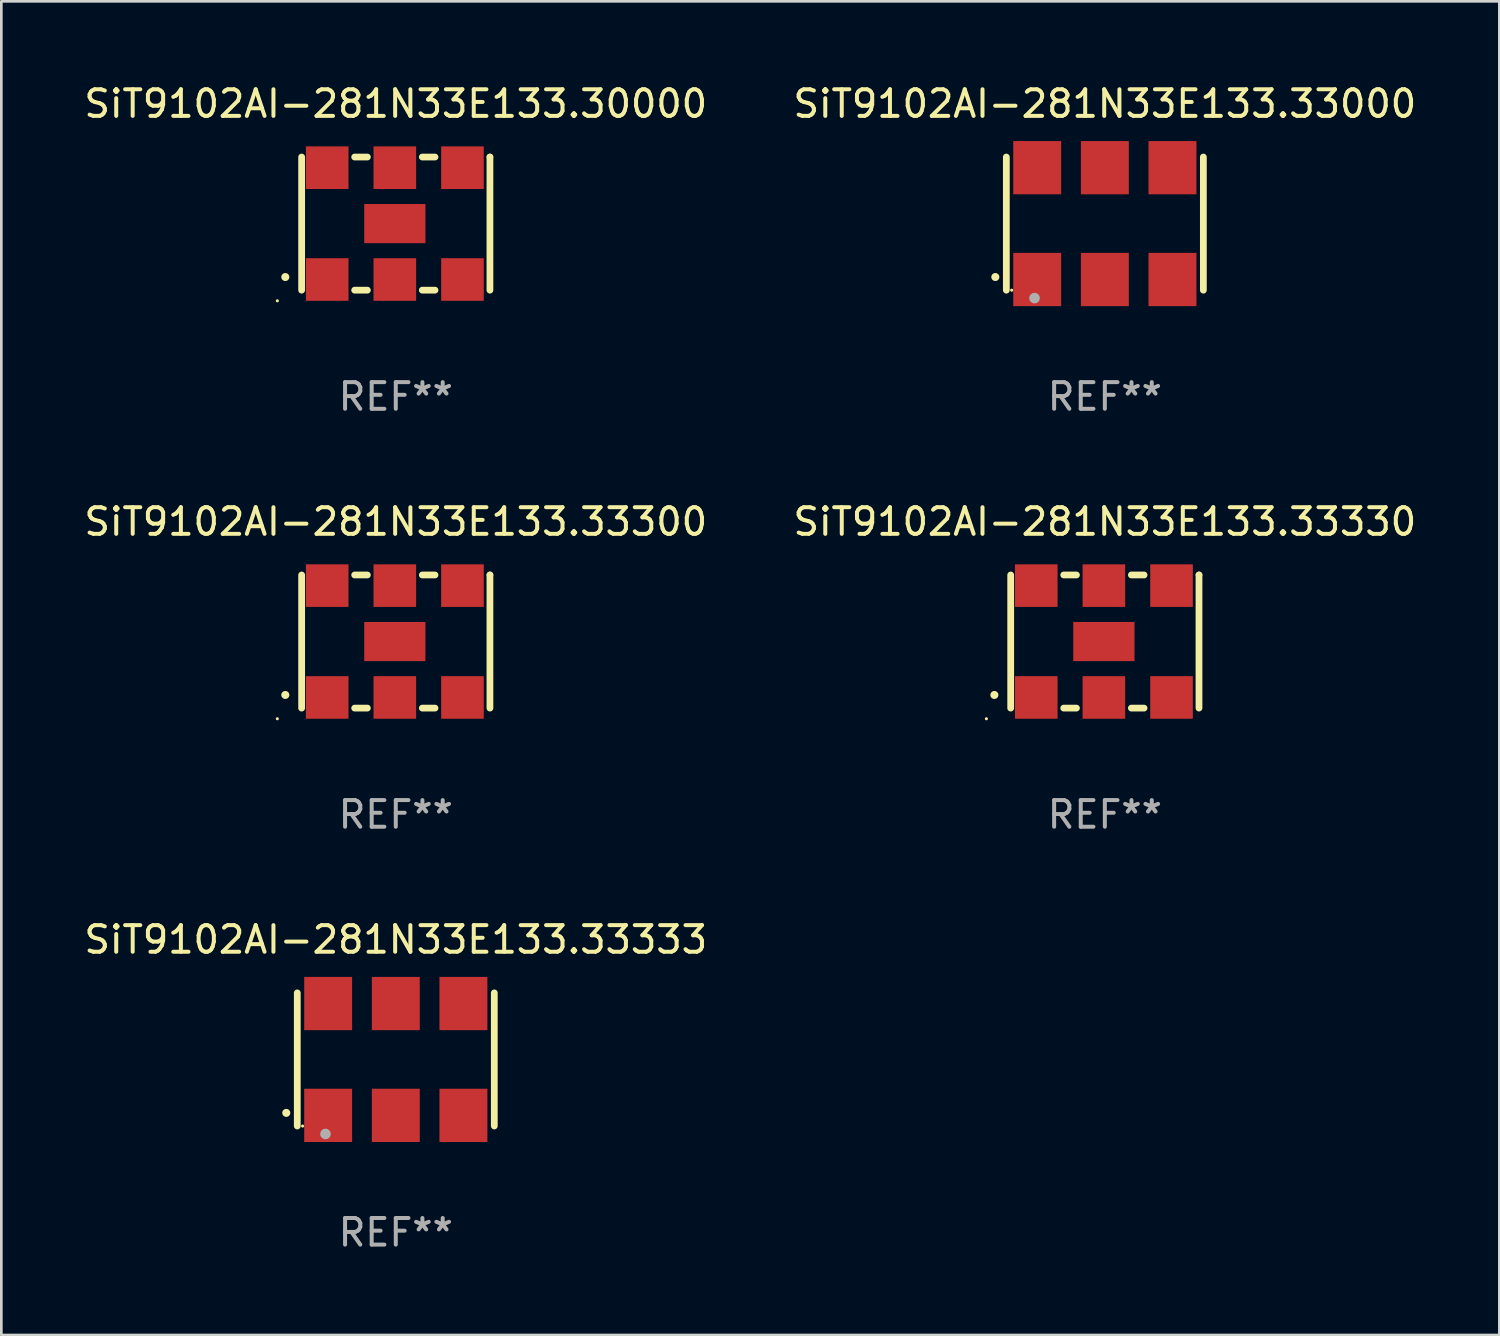
<source format=kicad_pcb>
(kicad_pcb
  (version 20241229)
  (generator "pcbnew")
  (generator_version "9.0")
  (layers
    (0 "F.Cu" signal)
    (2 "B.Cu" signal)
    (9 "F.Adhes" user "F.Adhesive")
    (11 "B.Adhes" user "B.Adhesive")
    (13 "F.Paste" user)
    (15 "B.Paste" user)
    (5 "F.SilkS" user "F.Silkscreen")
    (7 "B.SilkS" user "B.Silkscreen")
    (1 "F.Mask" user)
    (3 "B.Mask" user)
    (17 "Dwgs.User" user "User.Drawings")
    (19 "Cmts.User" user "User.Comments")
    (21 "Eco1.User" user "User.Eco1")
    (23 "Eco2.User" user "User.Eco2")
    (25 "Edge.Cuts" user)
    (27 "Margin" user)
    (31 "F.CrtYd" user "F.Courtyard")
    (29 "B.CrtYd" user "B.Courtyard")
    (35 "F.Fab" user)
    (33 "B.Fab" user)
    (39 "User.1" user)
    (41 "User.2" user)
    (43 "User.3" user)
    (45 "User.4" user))
  (footprint "SiT9102AI-281N33E133.33000"
    (layer "F.Cu")
    (at 38.446 5.348)
    (property "Reference" "SiT9102AI-281N33E133.33000" (at 0 -4.5 0) (layer "F.SilkS") (effects (font (size 1 1) (thickness 0.15))))
    (attr through_hole)
    (fp_line (start -3.7 -2.5) (end -3.7 2.5) (stroke (width 0.254) (type solid)) (layer "F.SilkS"))
    (fp_line (start 3.7 -2.5) (end 3.7 2.5) (stroke (width 0.254) (type solid)) (layer "F.SilkS"))
    (fp_arc (start -4.114415 2.006604) (mid -4.113145 2.006599) (end -4.111875 2.006604) (stroke (width 0.3) (type solid)) (layer "F.SilkS"))
    (fp_circle (center -3.5 2.501) (end -3.47 2.501) (stroke (width 0.06) (type solid)) (fill no) (layer "F.SilkS"))
    (fp_circle (center -2.641 2.799) (end -2.541 2.799) (stroke (width 0.2) (type solid)) (fill no) (layer "F.Fab"))
    (fp_text user "REF**" (at 0 6.5 0) (layer "F.Fab") (effects (font (size 1 1) (thickness 0.15))))
    (pad "1" smd rect (at -2.54 2.1) (size 1.8 2) (layers "F.Cu" "F.Mask" "F.Paste"))
    (pad "2" smd rect (at 0.000394 2.1) (size 1.8 2) (layers "F.Cu" "F.Mask" "F.Paste"))
    (pad "3" smd rect (at 2.54 2.1) (size 1.8 2) (layers "F.Cu" "F.Mask" "F.Paste"))
    (pad "4" smd rect (at 2.54 -2.1) (size 1.8 2) (layers "F.Cu" "F.Mask" "F.Paste"))
    (pad "5" smd rect (at 0.000394 -2.1) (size 1.8 2) (layers "F.Cu" "F.Mask" "F.Paste"))
    (pad "6" smd rect (at -2.54 -2.1) (size 1.8 2) (layers "F.Cu" "F.Mask" "F.Paste")))
  (footprint "SiT9102AI-281N33E133.33330"
    (layer "F.Cu")
    (at 38.446 21.045)
    (property "Reference" "SiT9102AI-281N33E133.33330" (at 0 -4.5 0) (layer "F.SilkS") (effects (font (size 1 1) (thickness 0.15))))
    (attr through_hole)
    (fp_line (start -3.536 -2.5) (end -3.536 2.5) (stroke (width 0.254) (type solid)) (layer "F.SilkS"))
    (fp_line (start -1.544 2.5) (end -1.067 2.5) (stroke (width 0.254) (type solid)) (layer "F.SilkS"))
    (fp_line (start -1.067 -2.5) (end -1.544 -2.5) (stroke (width 0.254) (type solid)) (layer "F.SilkS"))
    (fp_line (start 0.996 2.5) (end 1.473 2.5) (stroke (width 0.254) (type solid)) (layer "F.SilkS"))
    (fp_line (start 1.473 -2.5) (end 0.996 -2.5) (stroke (width 0.254) (type solid)) (layer "F.SilkS"))
    (fp_line (start 3.536 -2.5) (end 3.536 -2.5) (stroke (width 0.254) (type solid)) (layer "F.SilkS"))
    (fp_line (start 3.536 2.5) (end 3.536 -2.5) (stroke (width 0.254) (type solid)) (layer "F.SilkS"))
    (fp_arc (start -4.150432 2.006604) (mid -4.149162 2.006599) (end -4.147892 2.006604) (stroke (width 0.3) (type solid)) (layer "F.SilkS"))
    (fp_circle (center -4.449 2.9) (end -4.419 2.9) (stroke (width 0.06) (type solid)) (fill no) (layer "F.SilkS"))
    (fp_text user "REF**" (at 0 6.5 0) (layer "F.Fab") (effects (font (size 1 1) (thickness 0.15))))
    (pad "1" smd rect (at -2.576 2.1) (size 1.6 1.6) (layers "F.Cu" "F.Mask" "F.Paste"))
    (pad "2" smd rect (at -0.036 2.1) (size 1.6 1.6) (layers "F.Cu" "F.Mask" "F.Paste"))
    (pad "3" smd rect (at 2.504 2.1) (size 1.6 1.6) (layers "F.Cu" "F.Mask" "F.Paste"))
    (pad "4" smd rect (at 2.504 -2.1) (size 1.6 1.6) (layers "F.Cu" "F.Mask" "F.Paste"))
    (pad "5" smd rect (at -0.036 -2.1) (size 1.6 1.6) (layers "F.Cu" "F.Mask" "F.Paste"))
    (pad "6" smd rect (at -2.576 -2.1) (size 1.6 1.6) (layers "F.Cu" "F.Mask" "F.Paste"))
    (pad "7" smd rect (at -0.036 0) (size 2.3 1.47) (layers "F.Cu" "F.Mask" "F.Paste")))
  (footprint "SiT9102AI-281N33E133.30000"
    (layer "F.Cu")
    (at 11.815 5.348)
    (property "Reference" "SiT9102AI-281N33E133.30000" (at 0 -4.5 0) (layer "F.SilkS") (effects (font (size 1 1) (thickness 0.15))))
    (attr through_hole)
    (fp_line (start -3.536 -2.5) (end -3.536 2.5) (stroke (width 0.254) (type solid)) (layer "F.SilkS"))
    (fp_line (start -1.544 2.5) (end -1.067 2.5) (stroke (width 0.254) (type solid)) (layer "F.SilkS"))
    (fp_line (start -1.067 -2.5) (end -1.544 -2.5) (stroke (width 0.254) (type solid)) (layer "F.SilkS"))
    (fp_line (start 0.996 2.5) (end 1.473 2.5) (stroke (width 0.254) (type solid)) (layer "F.SilkS"))
    (fp_line (start 1.473 -2.5) (end 0.996 -2.5) (stroke (width 0.254) (type solid)) (layer "F.SilkS"))
    (fp_line (start 3.536 -2.5) (end 3.536 -2.5) (stroke (width 0.254) (type solid)) (layer "F.SilkS"))
    (fp_line (start 3.536 2.5) (end 3.536 -2.5) (stroke (width 0.254) (type solid)) (layer "F.SilkS"))
    (fp_arc (start -4.150432 2.006604) (mid -4.149162 2.006599) (end -4.147892 2.006604) (stroke (width 0.3) (type solid)) (layer "F.SilkS"))
    (fp_circle (center -4.449 2.9) (end -4.419 2.9) (stroke (width 0.06) (type solid)) (fill no) (layer "F.SilkS"))
    (fp_text user "REF**" (at 0 6.5 0) (layer "F.Fab") (effects (font (size 1 1) (thickness 0.15))))
    (pad "1" smd rect (at -2.576 2.1) (size 1.6 1.6) (layers "F.Cu" "F.Mask" "F.Paste"))
    (pad "2" smd rect (at -0.036 2.1) (size 1.6 1.6) (layers "F.Cu" "F.Mask" "F.Paste"))
    (pad "3" smd rect (at 2.504 2.1) (size 1.6 1.6) (layers "F.Cu" "F.Mask" "F.Paste"))
    (pad "4" smd rect (at 2.504 -2.1) (size 1.6 1.6) (layers "F.Cu" "F.Mask" "F.Paste"))
    (pad "5" smd rect (at -0.036 -2.1) (size 1.6 1.6) (layers "F.Cu" "F.Mask" "F.Paste"))
    (pad "6" smd rect (at -2.576 -2.1) (size 1.6 1.6) (layers "F.Cu" "F.Mask" "F.Paste"))
    (pad "7" smd rect (at -0.036 0) (size 2.3 1.47) (layers "F.Cu" "F.Mask" "F.Paste")))
  (footprint "SiT9102AI-281N33E133.33300"
    (layer "F.Cu")
    (at 11.815 21.045)
    (property "Reference" "SiT9102AI-281N33E133.33300" (at 0 -4.5 0) (layer "F.SilkS") (effects (font (size 1 1) (thickness 0.15))))
    (attr through_hole)
    (fp_line (start -3.536 -2.5) (end -3.536 2.5) (stroke (width 0.254) (type solid)) (layer "F.SilkS"))
    (fp_line (start -1.544 2.5) (end -1.067 2.5) (stroke (width 0.254) (type solid)) (layer "F.SilkS"))
    (fp_line (start -1.067 -2.5) (end -1.544 -2.5) (stroke (width 0.254) (type solid)) (layer "F.SilkS"))
    (fp_line (start 0.996 2.5) (end 1.473 2.5) (stroke (width 0.254) (type solid)) (layer "F.SilkS"))
    (fp_line (start 1.473 -2.5) (end 0.996 -2.5) (stroke (width 0.254) (type solid)) (layer "F.SilkS"))
    (fp_line (start 3.536 -2.5) (end 3.536 -2.5) (stroke (width 0.254) (type solid)) (layer "F.SilkS"))
    (fp_line (start 3.536 2.5) (end 3.536 -2.5) (stroke (width 0.254) (type solid)) (layer "F.SilkS"))
    (fp_arc (start -4.150432 2.006604) (mid -4.149162 2.006599) (end -4.147892 2.006604) (stroke (width 0.3) (type solid)) (layer "F.SilkS"))
    (fp_circle (center -4.449 2.9) (end -4.419 2.9) (stroke (width 0.06) (type solid)) (fill no) (layer "F.SilkS"))
    (fp_text user "REF**" (at 0 6.5 0) (layer "F.Fab") (effects (font (size 1 1) (thickness 0.15))))
    (pad "1" smd rect (at -2.576 2.1) (size 1.6 1.6) (layers "F.Cu" "F.Mask" "F.Paste"))
    (pad "2" smd rect (at -0.036 2.1) (size 1.6 1.6) (layers "F.Cu" "F.Mask" "F.Paste"))
    (pad "3" smd rect (at 2.504 2.1) (size 1.6 1.6) (layers "F.Cu" "F.Mask" "F.Paste"))
    (pad "4" smd rect (at 2.504 -2.1) (size 1.6 1.6) (layers "F.Cu" "F.Mask" "F.Paste"))
    (pad "5" smd rect (at -0.036 -2.1) (size 1.6 1.6) (layers "F.Cu" "F.Mask" "F.Paste"))
    (pad "6" smd rect (at -2.576 -2.1) (size 1.6 1.6) (layers "F.Cu" "F.Mask" "F.Paste"))
    (pad "7" smd rect (at -0.036 0) (size 2.3 1.47) (layers "F.Cu" "F.Mask" "F.Paste")))
  (footprint "SiT9102AI-281N33E133.33333"
    (layer "F.Cu")
    (at 11.815 36.741)
    (property "Reference" "SiT9102AI-281N33E133.33333" (at 0 -4.5 0) (layer "F.SilkS") (effects (font (size 1 1) (thickness 0.15))))
    (attr through_hole)
    (fp_line (start -3.7 -2.5) (end -3.7 2.5) (stroke (width 0.254) (type solid)) (layer "F.SilkS"))
    (fp_line (start 3.7 -2.5) (end 3.7 2.5) (stroke (width 0.254) (type solid)) (layer "F.SilkS"))
    (fp_arc (start -4.114415 2.006604) (mid -4.113145 2.006599) (end -4.111875 2.006604) (stroke (width 0.3) (type solid)) (layer "F.SilkS"))
    (fp_circle (center -3.5 2.501) (end -3.47 2.501) (stroke (width 0.06) (type solid)) (fill no) (layer "F.SilkS"))
    (fp_circle (center -2.641 2.799) (end -2.541 2.799) (stroke (width 0.2) (type solid)) (fill no) (layer "F.Fab"))
    (fp_text user "REF**" (at 0 6.5 0) (layer "F.Fab") (effects (font (size 1 1) (thickness 0.15))))
    (pad "1" smd rect (at -2.54 2.1) (size 1.8 2) (layers "F.Cu" "F.Mask" "F.Paste"))
    (pad "2" smd rect (at 0.000394 2.1) (size 1.8 2) (layers "F.Cu" "F.Mask" "F.Paste"))
    (pad "3" smd rect (at 2.54 2.1) (size 1.8 2) (layers "F.Cu" "F.Mask" "F.Paste"))
    (pad "4" smd rect (at 2.54 -2.1) (size 1.8 2) (layers "F.Cu" "F.Mask" "F.Paste"))
    (pad "5" smd rect (at 0.000394 -2.1) (size 1.8 2) (layers "F.Cu" "F.Mask" "F.Paste"))
    (pad "6" smd rect (at -2.54 -2.1) (size 1.8 2) (layers "F.Cu" "F.Mask" "F.Paste")))
  (gr_rect
    (start -3 -3)
    (end 53.262 47.09)
    (stroke (width 0.1) (type default))
    (fill no)
    (layer "Edge.Cuts")))
</source>
